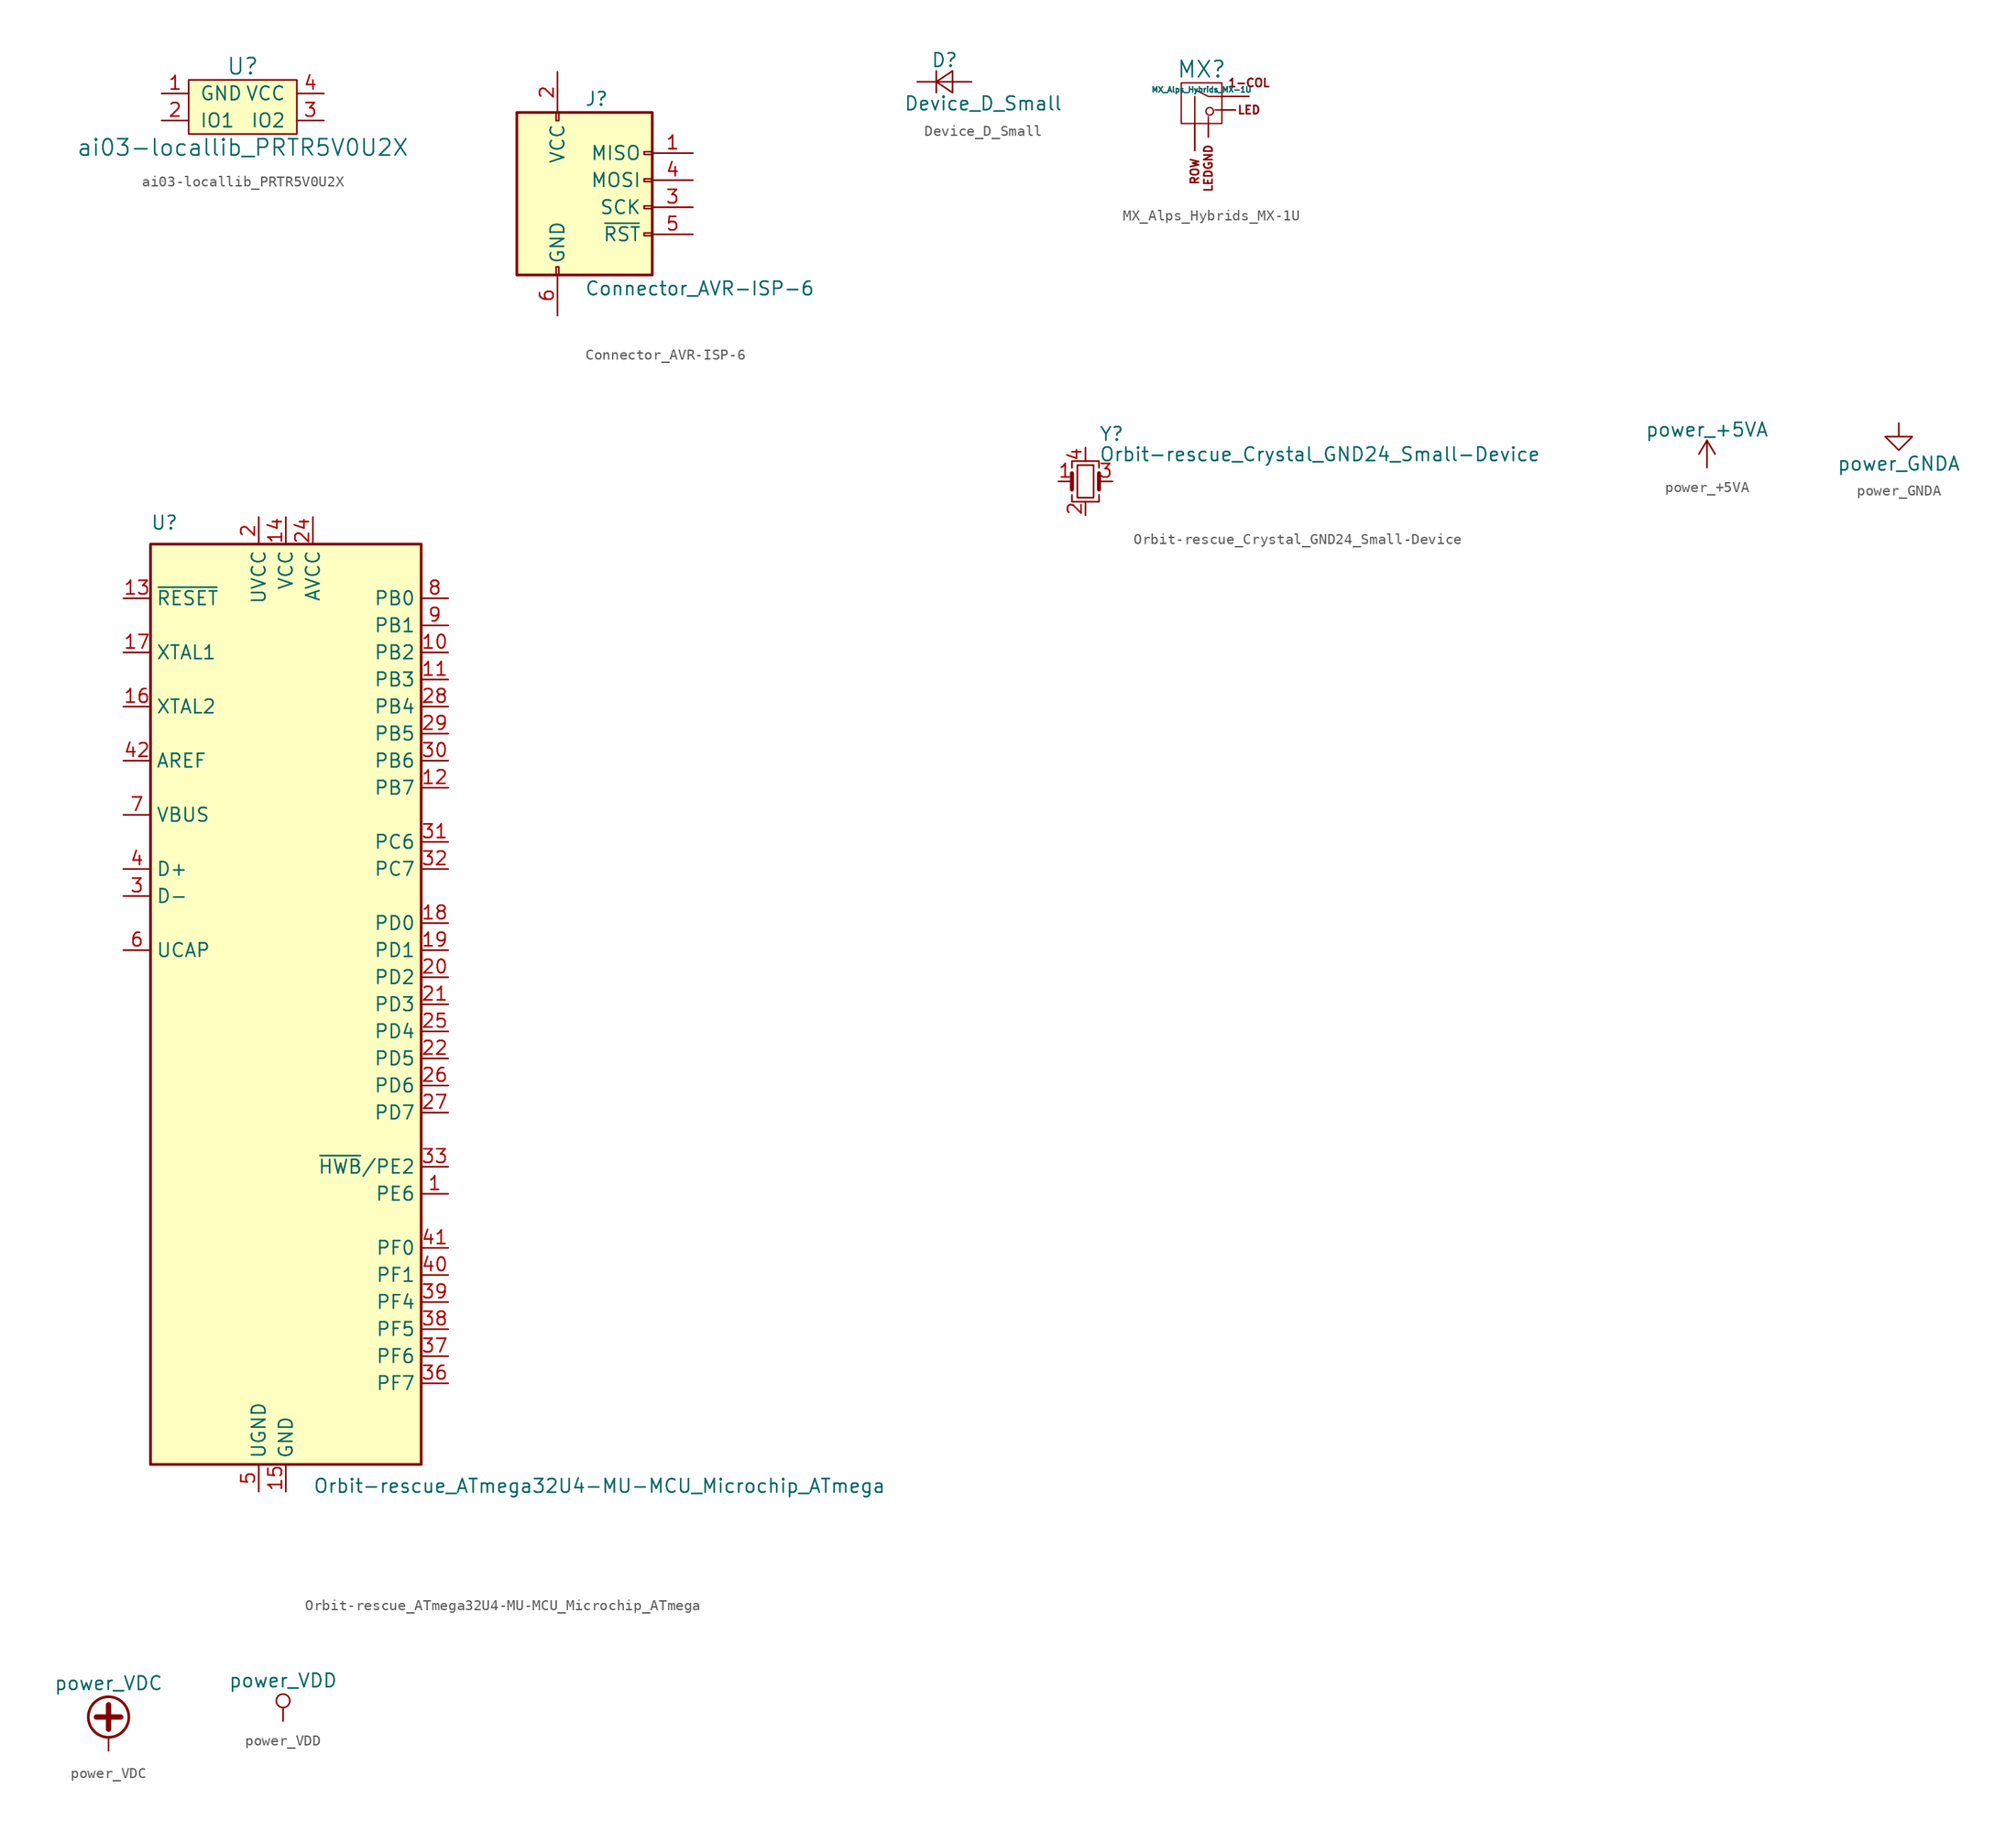
<source format=kicad_sym>
(kicad_symbol_lib
  (version 20231120)
  (generator "kicad_symbol_editor")
  (generator_version "8.0")
  (symbol "ai03-locallib_PRTR5V0U2X"
    (pin_names
      (offset 1.016))
    (property "Reference" "U"
      (at 0 3.81 0)
      (effects (font (size 1.524 1.524))))
    (property "Value" "ai03-locallib_PRTR5V0U2X"
      (at 0 -3.81 0)
      (effects (font (size 1.524 1.524))))
    (symbol "ai03-locallib_PRTR5V0U2X_0_1"
      (rectangle (start -5.08 2.54) (end 5.08 -2.54) (stroke (width 0) (type solid)) (fill (type background))))
    (symbol "ai03-locallib_PRTR5V0U2X_1_1"
      (pin input line (at -7.62 1.27 0) (length 2.54) (name "GND" (effects (font (size 1.27 1.27)))) (number "1" (effects (font (size 1.27 1.27)))))
      (pin input line (at -7.62 -1.27 0) (length 2.54) (name "IO1" (effects (font (size 1.27 1.27)))) (number "2" (effects (font (size 1.27 1.27)))))
      (pin input line (at 7.62 -1.27 180) (length 2.54) (name "IO2" (effects (font (size 1.27 1.27)))) (number "3" (effects (font (size 1.27 1.27)))))
      (pin input line (at 7.62 1.27 180) (length 2.54) (name "VCC" (effects (font (size 1.27 1.27)))) (number "4" (effects (font (size 1.27 1.27)))))))
  (symbol "Connector_AVR-ISP-6"
    (pin_names
      (offset 1.016))
    (property "Reference" "J"
      (at 0 10.16 0)
      (effects (font (size 1.27 1.27)) (justify left)))
    (property "Value" "Connector_AVR-ISP-6"
      (at 0 -7.62 0)
      (effects (font (size 1.27 1.27)) (justify left)))
    (symbol "Connector_AVR-ISP-6_0_1"
      (rectangle (start -2.667 -5.588) (end -2.413 -6.35) (stroke (width 0) (type solid)) (fill (type none)))
      (rectangle (start -2.667 8.89) (end -2.413 8.128) (stroke (width 0) (type solid)) (fill (type none)))
      (rectangle (start 6.35 -2.413) (end 5.588 -2.667) (stroke (width 0) (type solid)) (fill (type none)))
      (rectangle (start 6.35 0.127) (end 5.588 -0.127) (stroke (width 0) (type solid)) (fill (type none)))
      (rectangle (start 6.35 2.667) (end 5.588 2.413) (stroke (width 0) (type solid)) (fill (type none)))
      (rectangle (start 6.35 5.207) (end 5.588 4.953) (stroke (width 0) (type solid)) (fill (type none)))
      (rectangle (start 6.35 8.89) (end -6.35 -6.35) (stroke (width 0.254) (type solid)) (fill (type background))))
    (symbol "Connector_AVR-ISP-6_1_1"
      (pin passive line (at 10.16 5.08 180) (length 3.81) (name "MISO" (effects (font (size 1.27 1.27)))) (number "1" (effects (font (size 1.27 1.27)))))
      (pin power_in line (at -2.54 12.7 270) (length 3.81) (name "VCC" (effects (font (size 1.27 1.27)))) (number "2" (effects (font (size 1.27 1.27)))))
      (pin passive line (at 10.16 0 180) (length 3.81) (name "SCK" (effects (font (size 1.27 1.27)))) (number "3" (effects (font (size 1.27 1.27)))))
      (pin passive line (at 10.16 2.54 180) (length 3.81) (name "MOSI" (effects (font (size 1.27 1.27)))) (number "4" (effects (font (size 1.27 1.27)))))
      (pin passive line (at 10.16 -2.54 180) (length 3.81) (name "~{RST}" (effects (font (size 1.27 1.27)))) (number "5" (effects (font (size 1.27 1.27)))))
      (pin power_in line (at -2.54 -10.16 90) (length 3.81) (name "GND" (effects (font (size 1.27 1.27)))) (number "6" (effects (font (size 1.27 1.27)))))))
  (symbol "Device_D_Small"
    (pin_numbers hide)
    (pin_names
      (offset 0.254) hide)
    (property "Reference" "D"
      (at -1.27 2.032 0)
      (effects (font (size 1.27 1.27)) (justify left)))
    (property "Value" "Device_D_Small"
      (at -3.81 -2.032 0)
      (effects (font (size 1.27 1.27)) (justify left)))
    (symbol "Device_D_Small_0_1"
      (polyline (pts (xy -0.762 -1.016) (xy -0.762 1.016)) (stroke (width 0) (type solid)) (fill (type none)))
      (polyline (pts (xy -0.762 0) (xy 0.762 0)) (stroke (width 0) (type solid)) (fill (type none)))
      (polyline (pts (xy 0.762 -1.016) (xy -0.762 0) (xy 0.762 1.016) (xy 0.762 -1.016)) (stroke (width 0) (type solid)) (fill (type none))))
    (symbol "Device_D_Small_1_1"
      (pin passive line (at -2.54 0 0) (length 1.778) (name "K" (effects (font (size 1.27 1.27)))) (number "1" (effects (font (size 1.27 1.27)))))
      (pin passive line (at 2.54 0 180) (length 1.778) (name "A" (effects (font (size 1.27 1.27)))) (number "2" (effects (font (size 1.27 1.27)))))))
  (symbol "MX_Alps_Hybrids_MX-1U"
    (pin_names
      (offset 1.016))
    (property "Reference" "MX"
      (at 0 3.175 0)
      (effects (font (size 1.524 1.524))))
    (property "Value" "MX_Alps_Hybrids_MX-1U"
      (at 0 1.27 0)
      (effects (font (size 0.508 0.508))))
    (symbol "MX_Alps_Hybrids_MX-1U_0_0"
      (polyline (pts (xy -0.635 -1.905) (xy -0.635 0.635)) (stroke (width 0.127) (type solid)) (fill (type none)))
      (polyline (pts (xy 0.635 -1.905) (xy 0.635 -1.27)) (stroke (width 0.127) (type solid)) (fill (type none)))
      (polyline (pts (xy 1.905 -0.635) (xy 1.27 -0.635)) (stroke (width 0.127) (type solid)) (fill (type none)))
      (polyline (pts (xy 1.905 0.635) (xy 0.635 0.635) (xy -0.635 1.27)) (stroke (width 0.127) (type solid)) (fill (type none)))
      (circle (center 0.762 -0.762) (radius 0.356) (stroke (width 0.127) (type solid)) (fill (type none)))
      (rectangle (start 1.905 -1.905) (end -1.905 1.905) (stroke (width 0.127) (type solid)) (fill (type none)))
      (text "1-COL" (at 4.445 1.905 0) (effects (font (size 0.762 0.762))))
      (text "LED" (at 4.445 -0.635 0) (effects (font (size 0.762 0.762))))
      (text "ROW" (at -0.635 -5.08 900) (effects (font (size 0.762 0.762)) (justify right))))
    (symbol "MX_Alps_Hybrids_MX-1U_1_0"
      (text "LEDGND" (at 0.635 -3.81 900) (effects (font (size 0.762 0.762)) (justify right))))
    (symbol "MX_Alps_Hybrids_MX-1U_1_1"
      (pin passive line (at 4.445 0.635 180) (length 2.54) (name "COL" (effects (font (size 0 0)))) (number "1" (effects (font (size 0 0)))))
      (pin passive line (at -0.635 -4.445 90) (length 2.54) (name "ROW" (effects (font (size 0 0)))) (number "2" (effects (font (size 0 0)))))
      (pin passive line (at 3.175 -0.635 180) (length 1.27) (name "LED" (effects (font (size 0 0)))) (number "3" (effects (font (size 0 0)))))
      (pin passive line (at 0.635 -3.175 90) (length 1.27) (name "LEDGND" (effects (font (size 0 0)))) (number "4" (effects (font (size 0 0)))))))
  (symbol "Orbit-rescue_ATmega32U4-MU-MCU_Microchip_ATmega"
    (property "Reference" "U"
      (at -12.7 44.45 0)
      (effects (font (size 1.27 1.27)) (justify left bottom)))
    (property "Value" "Orbit-rescue_ATmega32U4-MU-MCU_Microchip_ATmega"
      (at 2.54 -44.45 0)
      (effects (font (size 1.27 1.27)) (justify left top)))
    (symbol "Orbit-rescue_ATmega32U4-MU-MCU_Microchip_ATmega_0_1"
      (rectangle (start -12.7 -43.18) (end 12.7 43.18) (stroke (width 0.254) (type solid)) (fill (type background))))
    (symbol "Orbit-rescue_ATmega32U4-MU-MCU_Microchip_ATmega_1_1"
      (pin bidirectional line (at 15.24 -17.78 180) (length 2.54) (name "PE6" (effects (font (size 1.27 1.27)))) (number "1" (effects (font (size 1.27 1.27)))))
      (pin bidirectional line (at 15.24 33.02 180) (length 2.54) (name "PB2" (effects (font (size 1.27 1.27)))) (number "10" (effects (font (size 1.27 1.27)))))
      (pin bidirectional line (at 15.24 30.48 180) (length 2.54) (name "PB3" (effects (font (size 1.27 1.27)))) (number "11" (effects (font (size 1.27 1.27)))))
      (pin bidirectional line (at 15.24 20.32 180) (length 2.54) (name "PB7" (effects (font (size 1.27 1.27)))) (number "12" (effects (font (size 1.27 1.27)))))
      (pin input line (at -15.24 38.1 0) (length 2.54) (name "~{RESET}" (effects (font (size 1.27 1.27)))) (number "13" (effects (font (size 1.27 1.27)))))
      (pin power_in line (at 0 45.72 270) (length 2.54) (name "VCC" (effects (font (size 1.27 1.27)))) (number "14" (effects (font (size 1.27 1.27)))))
      (pin power_in line (at 0 -45.72 90) (length 2.54) (name "GND" (effects (font (size 1.27 1.27)))) (number "15" (effects (font (size 1.27 1.27)))))
      (pin output line (at -15.24 27.94 0) (length 2.54) (name "XTAL2" (effects (font (size 1.27 1.27)))) (number "16" (effects (font (size 1.27 1.27)))))
      (pin input line (at -15.24 33.02 0) (length 2.54) (name "XTAL1" (effects (font (size 1.27 1.27)))) (number "17" (effects (font (size 1.27 1.27)))))
      (pin bidirectional line (at 15.24 7.62 180) (length 2.54) (name "PD0" (effects (font (size 1.27 1.27)))) (number "18" (effects (font (size 1.27 1.27)))))
      (pin bidirectional line (at 15.24 5.08 180) (length 2.54) (name "PD1" (effects (font (size 1.27 1.27)))) (number "19" (effects (font (size 1.27 1.27)))))
      (pin power_in line (at -2.54 45.72 270) (length 2.54) (name "UVCC" (effects (font (size 1.27 1.27)))) (number "2" (effects (font (size 1.27 1.27)))))
      (pin bidirectional line (at 15.24 2.54 180) (length 2.54) (name "PD2" (effects (font (size 1.27 1.27)))) (number "20" (effects (font (size 1.27 1.27)))))
      (pin bidirectional line (at 15.24 0 180) (length 2.54) (name "PD3" (effects (font (size 1.27 1.27)))) (number "21" (effects (font (size 1.27 1.27)))))
      (pin bidirectional line (at 15.24 -5.08 180) (length 2.54) (name "PD5" (effects (font (size 1.27 1.27)))) (number "22" (effects (font (size 1.27 1.27)))))
      (pin passive line (at 0 -45.72 90) (length 2.54) hide (name "GND" (effects (font (size 1.27 1.27)))) (number "23" (effects (font (size 1.27 1.27)))))
      (pin power_in line (at 2.54 45.72 270) (length 2.54) (name "AVCC" (effects (font (size 1.27 1.27)))) (number "24" (effects (font (size 1.27 1.27)))))
      (pin bidirectional line (at 15.24 -2.54 180) (length 2.54) (name "PD4" (effects (font (size 1.27 1.27)))) (number "25" (effects (font (size 1.27 1.27)))))
      (pin bidirectional line (at 15.24 -7.62 180) (length 2.54) (name "PD6" (effects (font (size 1.27 1.27)))) (number "26" (effects (font (size 1.27 1.27)))))
      (pin bidirectional line (at 15.24 -10.16 180) (length 2.54) (name "PD7" (effects (font (size 1.27 1.27)))) (number "27" (effects (font (size 1.27 1.27)))))
      (pin bidirectional line (at 15.24 27.94 180) (length 2.54) (name "PB4" (effects (font (size 1.27 1.27)))) (number "28" (effects (font (size 1.27 1.27)))))
      (pin bidirectional line (at 15.24 25.4 180) (length 2.54) (name "PB5" (effects (font (size 1.27 1.27)))) (number "29" (effects (font (size 1.27 1.27)))))
      (pin bidirectional line (at -15.24 10.16 0) (length 2.54) (name "D-" (effects (font (size 1.27 1.27)))) (number "3" (effects (font (size 1.27 1.27)))))
      (pin bidirectional line (at 15.24 22.86 180) (length 2.54) (name "PB6" (effects (font (size 1.27 1.27)))) (number "30" (effects (font (size 1.27 1.27)))))
      (pin bidirectional line (at 15.24 15.24 180) (length 2.54) (name "PC6" (effects (font (size 1.27 1.27)))) (number "31" (effects (font (size 1.27 1.27)))))
      (pin bidirectional line (at 15.24 12.7 180) (length 2.54) (name "PC7" (effects (font (size 1.27 1.27)))) (number "32" (effects (font (size 1.27 1.27)))))
      (pin bidirectional line (at 15.24 -15.24 180) (length 2.54) (name "~{HWB}/PE2" (effects (font (size 1.27 1.27)))) (number "33" (effects (font (size 1.27 1.27)))))
      (pin passive line (at 0 45.72 270) (length 2.54) hide (name "VCC" (effects (font (size 1.27 1.27)))) (number "34" (effects (font (size 1.27 1.27)))))
      (pin passive line (at 0 -45.72 90) (length 2.54) hide (name "GND" (effects (font (size 1.27 1.27)))) (number "35" (effects (font (size 1.27 1.27)))))
      (pin bidirectional line (at 15.24 -35.56 180) (length 2.54) (name "PF7" (effects (font (size 1.27 1.27)))) (number "36" (effects (font (size 1.27 1.27)))))
      (pin bidirectional line (at 15.24 -33.02 180) (length 2.54) (name "PF6" (effects (font (size 1.27 1.27)))) (number "37" (effects (font (size 1.27 1.27)))))
      (pin bidirectional line (at 15.24 -30.48 180) (length 2.54) (name "PF5" (effects (font (size 1.27 1.27)))) (number "38" (effects (font (size 1.27 1.27)))))
      (pin bidirectional line (at 15.24 -27.94 180) (length 2.54) (name "PF4" (effects (font (size 1.27 1.27)))) (number "39" (effects (font (size 1.27 1.27)))))
      (pin bidirectional line (at -15.24 12.7 0) (length 2.54) (name "D+" (effects (font (size 1.27 1.27)))) (number "4" (effects (font (size 1.27 1.27)))))
      (pin bidirectional line (at 15.24 -25.4 180) (length 2.54) (name "PF1" (effects (font (size 1.27 1.27)))) (number "40" (effects (font (size 1.27 1.27)))))
      (pin bidirectional line (at 15.24 -22.86 180) (length 2.54) (name "PF0" (effects (font (size 1.27 1.27)))) (number "41" (effects (font (size 1.27 1.27)))))
      (pin input line (at -15.24 22.86 0) (length 2.54) (name "AREF" (effects (font (size 1.27 1.27)))) (number "42" (effects (font (size 1.27 1.27)))))
      (pin passive line (at 0 -45.72 90) (length 2.54) hide (name "GND" (effects (font (size 1.27 1.27)))) (number "43" (effects (font (size 1.27 1.27)))))
      (pin passive line (at 2.54 45.72 270) (length 2.54) hide (name "AVCC" (effects (font (size 1.27 1.27)))) (number "44" (effects (font (size 1.27 1.27)))))
      (pin passive line (at 0 -45.72 90) (length 2.54) hide (name "GND" (effects (font (size 1.27 1.27)))) (number "45" (effects (font (size 1.27 1.27)))))
      (pin passive line (at -2.54 -45.72 90) (length 2.54) (name "UGND" (effects (font (size 1.27 1.27)))) (number "5" (effects (font (size 1.27 1.27)))))
      (pin passive line (at -15.24 5.08 0) (length 2.54) (name "UCAP" (effects (font (size 1.27 1.27)))) (number "6" (effects (font (size 1.27 1.27)))))
      (pin passive line (at -15.24 17.78 0) (length 2.54) (name "VBUS" (effects (font (size 1.27 1.27)))) (number "7" (effects (font (size 1.27 1.27)))))
      (pin bidirectional line (at 15.24 38.1 180) (length 2.54) (name "PB0" (effects (font (size 1.27 1.27)))) (number "8" (effects (font (size 1.27 1.27)))))
      (pin bidirectional line (at 15.24 35.56 180) (length 2.54) (name "PB1" (effects (font (size 1.27 1.27)))) (number "9" (effects (font (size 1.27 1.27)))))))
  (symbol "Orbit-rescue_Crystal_GND24_Small-Device"
    (pin_names
      (offset 1.016) hide)
    (property "Reference" "Y"
      (at 1.27 4.445 0)
      (effects (font (size 1.27 1.27)) (justify left)))
    (property "Value" "Orbit-rescue_Crystal_GND24_Small-Device"
      (at 1.27 2.54 0)
      (effects (font (size 1.27 1.27)) (justify left)))
    (symbol "Orbit-rescue_Crystal_GND24_Small-Device_0_1"
      (rectangle (start -0.762 -1.524) (end 0.762 1.524) (stroke (width 0) (type solid)) (fill (type none)))
      (polyline (pts (xy -1.27 -0.762) (xy -1.27 0.762)) (stroke (width 0.381) (type solid)) (fill (type none)))
      (polyline (pts (xy 1.27 -0.762) (xy 1.27 0.762)) (stroke (width 0.381) (type solid)) (fill (type none)))
      (polyline (pts (xy -1.27 -1.27) (xy -1.27 -1.905) (xy 1.27 -1.905) (xy 1.27 -1.27)) (stroke (width 0) (type solid)) (fill (type none)))
      (polyline (pts (xy -1.27 1.27) (xy -1.27 1.905) (xy 1.27 1.905) (xy 1.27 1.27)) (stroke (width 0) (type solid)) (fill (type none))))
    (symbol "Orbit-rescue_Crystal_GND24_Small-Device_1_1"
      (pin passive line (at -2.54 0 0) (length 1.27) (name "1" (effects (font (size 1.27 1.27)))) (number "1" (effects (font (size 1.27 1.27)))))
      (pin passive line (at 0 -3.175 90) (length 1.27) (name "2" (effects (font (size 1.27 1.27)))) (number "2" (effects (font (size 1.27 1.27)))))
      (pin passive line (at 2.54 0 180) (length 1.27) (name "3" (effects (font (size 1.27 1.27)))) (number "3" (effects (font (size 1.27 1.27)))))
      (pin passive line (at 0 3.175 270) (length 1.27) (name "4" (effects (font (size 1.27 1.27)))) (number "4" (effects (font (size 1.27 1.27)))))))
  (symbol "power_+5VA"
    (power)
    (pin_names
      (offset 0))
    (property "Reference" "#PWR"
      (at 0 -3.81 0)
      (effects (font (size 1.27 1.27)) (hide yes)))
    (property "Value" "power_+5VA"
      (at 0 3.556 0)
      (effects (font (size 1.27 1.27))))
    (symbol "power_+5VA_0_1"
      (polyline (pts (xy -0.762 1.27) (xy 0 2.54)) (stroke (width 0) (type solid)) (fill (type none)))
      (polyline (pts (xy 0 0) (xy 0 2.54)) (stroke (width 0) (type solid)) (fill (type none)))
      (polyline (pts (xy 0 2.54) (xy 0.762 1.27)) (stroke (width 0) (type solid)) (fill (type none))))
    (symbol "power_+5VA_1_1"
      (pin power_in line (at 0 0 90) (length 0) hide (name "+5VA" (effects (font (size 1.27 1.27)))) (number "1" (effects (font (size 1.27 1.27)))))))
  (symbol "power_GNDA"
    (power)
    (pin_names
      (offset 0))
    (property "Reference" "#PWR"
      (at 0 -6.35 0)
      (effects (font (size 1.27 1.27)) (hide yes)))
    (property "Value" "power_GNDA"
      (at 0 -3.81 0)
      (effects (font (size 1.27 1.27))))
    (symbol "power_GNDA_0_1"
      (polyline (pts (xy 0 0) (xy 0 -1.27) (xy 1.27 -1.27) (xy 0 -2.54) (xy -1.27 -1.27) (xy 0 -1.27)) (stroke (width 0) (type solid)) (fill (type none))))
    (symbol "power_GNDA_1_1"
      (pin power_in line (at 0 0 270) (length 0) hide (name "GNDA" (effects (font (size 1.27 1.27)))) (number "1" (effects (font (size 1.27 1.27)))))))
  (symbol "power_VDC"
    (power)
    (pin_names
      (offset 0))
    (property "Reference" "#PWR"
      (at 0 -2.54 0)
      (effects (font (size 1.27 1.27)) (hide yes)))
    (property "Value" "power_VDC"
      (at 0 6.35 0)
      (effects (font (size 1.27 1.27))))
    (symbol "power_VDC_0_1"
      (polyline (pts (xy -1.143 3.175) (xy 1.143 3.175)) (stroke (width 0.508) (type solid)) (fill (type none)))
      (polyline (pts (xy 0 0) (xy 0 1.27)) (stroke (width 0) (type solid)) (fill (type none)))
      (polyline (pts (xy 0 2.032) (xy 0 4.318)) (stroke (width 0.508) (type solid)) (fill (type none)))
      (circle (center 0 3.175) (radius 1.905) (stroke (width 0.254) (type solid)) (fill (type none))))
    (symbol "power_VDC_1_1"
      (pin power_in line (at 0 0 90) (length 0) hide (name "VDC" (effects (font (size 1.27 1.27)))) (number "1" (effects (font (size 1.27 1.27)))))))
  (symbol "power_VDD"
    (power)
    (pin_names
      (offset 0))
    (property "Reference" "#PWR"
      (at 0 -3.81 0)
      (effects (font (size 1.27 1.27)) (hide yes)))
    (property "Value" "power_VDD"
      (at 0 3.81 0)
      (effects (font (size 1.27 1.27))))
    (symbol "power_VDD_0_1"
      (polyline (pts (xy 0 0) (xy 0 1.27)) (stroke (width 0) (type solid)) (fill (type none)))
      (circle (center 0 1.905) (radius 0.635) (stroke (width 0) (type solid)) (fill (type none))))
    (symbol "power_VDD_1_1"
      (pin power_in line (at 0 0 90) (length 0) hide (name "VDD" (effects (font (size 1.27 1.27)))) (number "1" (effects (font (size 1.27 1.27))))))))
</source>
